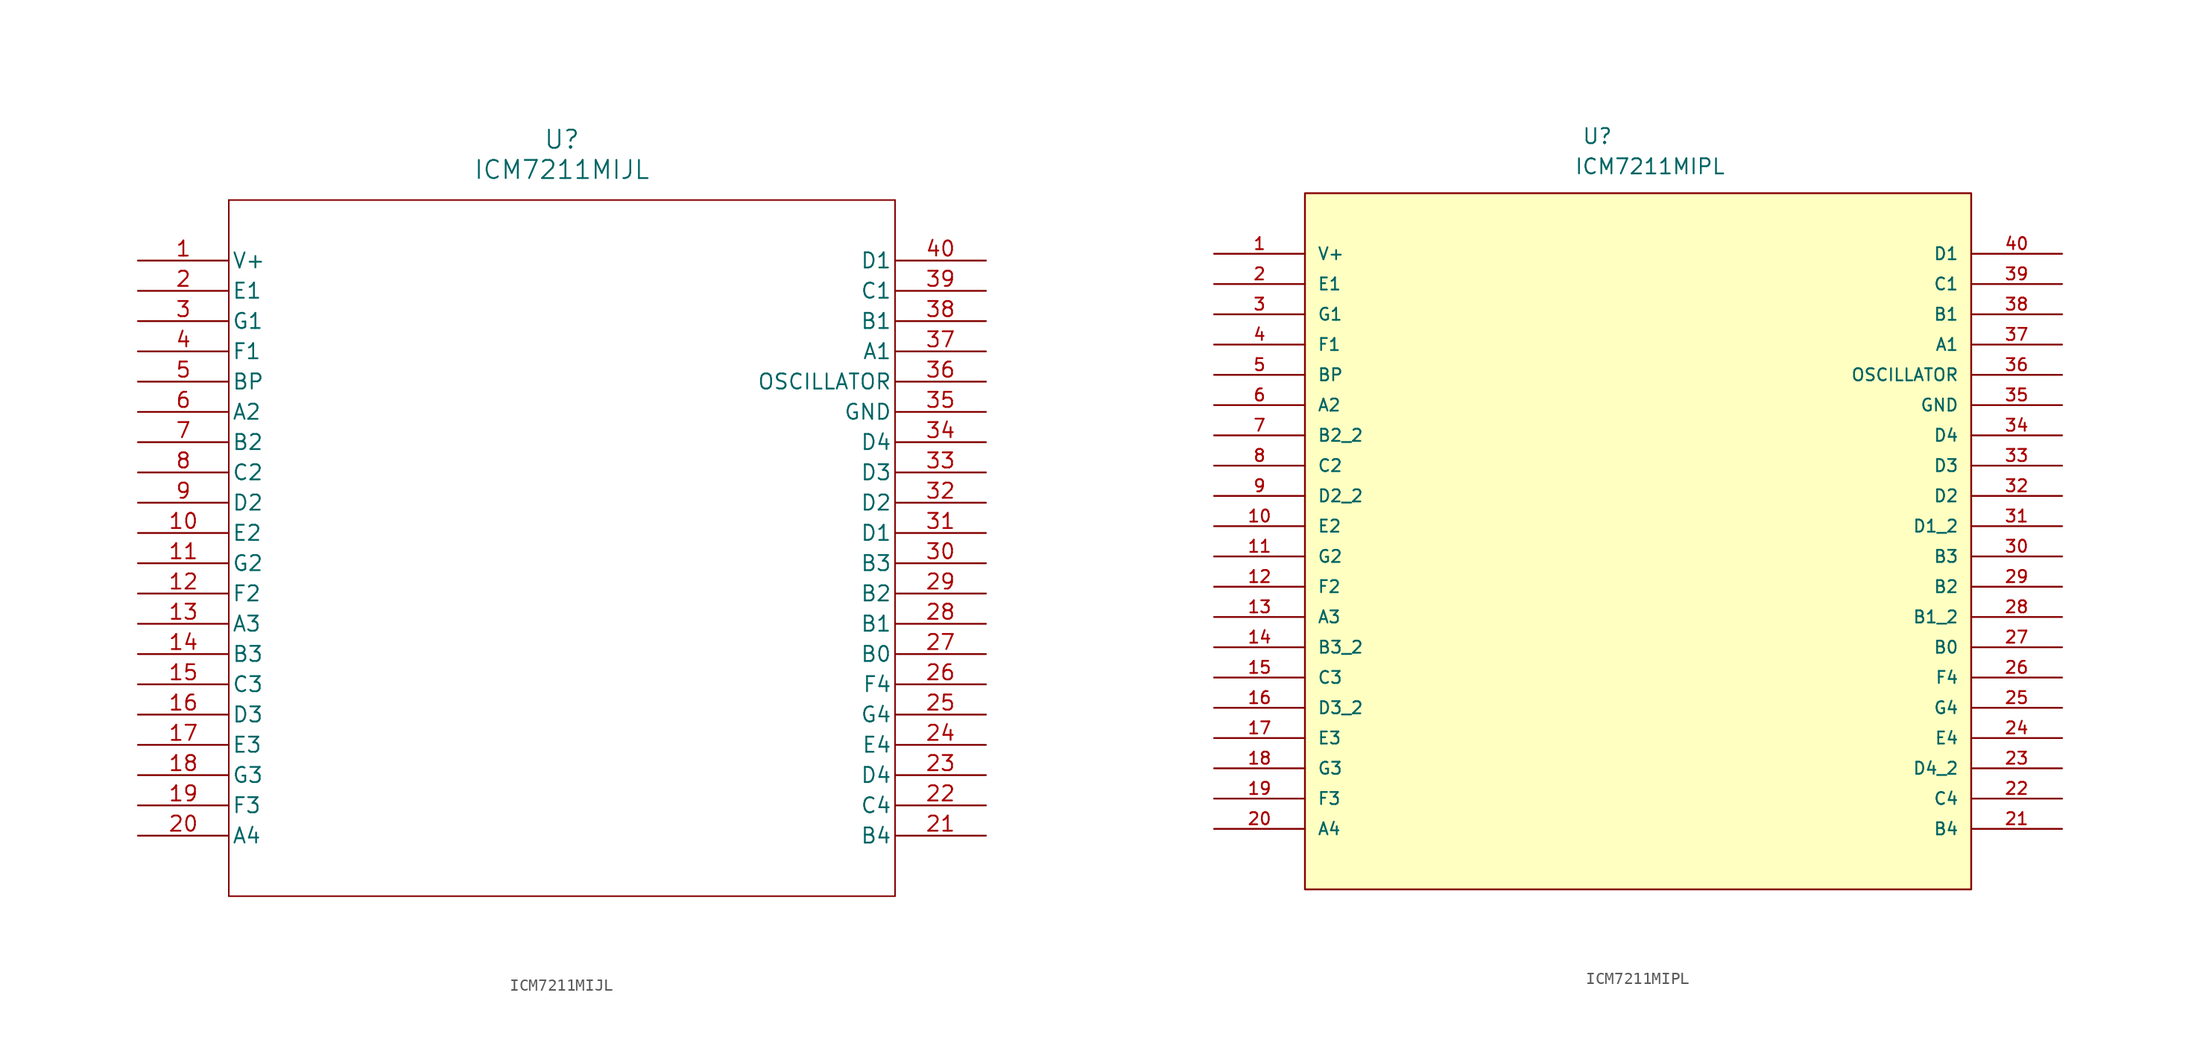
<source format=kicad_sym>
(kicad_symbol_lib
  (version 20220914)
  (generator kicad_symbol_editor)
  (symbol "ICM7211MIJL"
    (pin_names
      (offset 0.254))
    (property "Reference" "U"
      (at 35.56 10.16 0)
      (effects (font (size 1.524 1.524))))
    (property "Value" "ICM7211MIJL"
      (at 35.56 7.62 0)
      (effects (font (size 1.524 1.524))))
    (property "ki_locked" ""
      (at 0 0 0)
      (effects (font (size 1.27 1.27))))
    (symbol "ICM7211MIJL_0_1"
      (polyline (pts (xy 7.62 -53.34) (xy 63.5 -53.34)) (stroke (width 0.127) (type default)) (fill (type none)))
      (polyline (pts (xy 7.62 5.08) (xy 7.62 -53.34)) (stroke (width 0.127) (type default)) (fill (type none)))
      (polyline (pts (xy 63.5 -53.34) (xy 63.5 5.08)) (stroke (width 0.127) (type default)) (fill (type none)))
      (polyline (pts (xy 63.5 5.08) (xy 7.62 5.08)) (stroke (width 0.127) (type default)) (fill (type none)))
      (pin power_in line (at 0 0 0) (length 7.62) (name "V+" (effects (font (size 1.27 1.27)))) (number "1" (effects (font (size 1.27 1.27)))))
      (pin unspecified line (at 0 -22.86 0) (length 7.62) (name "E2" (effects (font (size 1.27 1.27)))) (number "10" (effects (font (size 1.27 1.27)))))
      (pin unspecified line (at 0 -25.4 0) (length 7.62) (name "G2" (effects (font (size 1.27 1.27)))) (number "11" (effects (font (size 1.27 1.27)))))
      (pin unspecified line (at 0 -27.94 0) (length 7.62) (name "F2" (effects (font (size 1.27 1.27)))) (number "12" (effects (font (size 1.27 1.27)))))
      (pin unspecified line (at 0 -30.48 0) (length 7.62) (name "A3" (effects (font (size 1.27 1.27)))) (number "13" (effects (font (size 1.27 1.27)))))
      (pin unspecified line (at 0 -33.02 0) (length 7.62) (name "B3" (effects (font (size 1.27 1.27)))) (number "14" (effects (font (size 1.27 1.27)))))
      (pin unspecified line (at 0 -35.56 0) (length 7.62) (name "C3" (effects (font (size 1.27 1.27)))) (number "15" (effects (font (size 1.27 1.27)))))
      (pin unspecified line (at 0 -38.1 0) (length 7.62) (name "D3" (effects (font (size 1.27 1.27)))) (number "16" (effects (font (size 1.27 1.27)))))
      (pin unspecified line (at 0 -40.64 0) (length 7.62) (name "E3" (effects (font (size 1.27 1.27)))) (number "17" (effects (font (size 1.27 1.27)))))
      (pin unspecified line (at 0 -43.18 0) (length 7.62) (name "G3" (effects (font (size 1.27 1.27)))) (number "18" (effects (font (size 1.27 1.27)))))
      (pin unspecified line (at 0 -45.72 0) (length 7.62) (name "F3" (effects (font (size 1.27 1.27)))) (number "19" (effects (font (size 1.27 1.27)))))
      (pin unspecified line (at 0 -2.54 0) (length 7.62) (name "E1" (effects (font (size 1.27 1.27)))) (number "2" (effects (font (size 1.27 1.27)))))
      (pin unspecified line (at 0 -48.26 0) (length 7.62) (name "A4" (effects (font (size 1.27 1.27)))) (number "20" (effects (font (size 1.27 1.27)))))
      (pin unspecified line (at 71.12 -48.26 180) (length 7.62) (name "B4" (effects (font (size 1.27 1.27)))) (number "21" (effects (font (size 1.27 1.27)))))
      (pin unspecified line (at 71.12 -45.72 180) (length 7.62) (name "C4" (effects (font (size 1.27 1.27)))) (number "22" (effects (font (size 1.27 1.27)))))
      (pin unspecified line (at 71.12 -43.18 180) (length 7.62) (name "D4" (effects (font (size 1.27 1.27)))) (number "23" (effects (font (size 1.27 1.27)))))
      (pin unspecified line (at 71.12 -40.64 180) (length 7.62) (name "E4" (effects (font (size 1.27 1.27)))) (number "24" (effects (font (size 1.27 1.27)))))
      (pin unspecified line (at 71.12 -38.1 180) (length 7.62) (name "G4" (effects (font (size 1.27 1.27)))) (number "25" (effects (font (size 1.27 1.27)))))
      (pin unspecified line (at 71.12 -35.56 180) (length 7.62) (name "F4" (effects (font (size 1.27 1.27)))) (number "26" (effects (font (size 1.27 1.27)))))
      (pin unspecified line (at 71.12 -33.02 180) (length 7.62) (name "B0" (effects (font (size 1.27 1.27)))) (number "27" (effects (font (size 1.27 1.27)))))
      (pin unspecified line (at 71.12 -30.48 180) (length 7.62) (name "B1" (effects (font (size 1.27 1.27)))) (number "28" (effects (font (size 1.27 1.27)))))
      (pin unspecified line (at 71.12 -27.94 180) (length 7.62) (name "B2" (effects (font (size 1.27 1.27)))) (number "29" (effects (font (size 1.27 1.27)))))
      (pin unspecified line (at 0 -5.08 0) (length 7.62) (name "G1" (effects (font (size 1.27 1.27)))) (number "3" (effects (font (size 1.27 1.27)))))
      (pin unspecified line (at 71.12 -25.4 180) (length 7.62) (name "B3" (effects (font (size 1.27 1.27)))) (number "30" (effects (font (size 1.27 1.27)))))
      (pin unspecified line (at 71.12 -22.86 180) (length 7.62) (name "D1" (effects (font (size 1.27 1.27)))) (number "31" (effects (font (size 1.27 1.27)))))
      (pin unspecified line (at 71.12 -20.32 180) (length 7.62) (name "D2" (effects (font (size 1.27 1.27)))) (number "32" (effects (font (size 1.27 1.27)))))
      (pin unspecified line (at 71.12 -17.78 180) (length 7.62) (name "D3" (effects (font (size 1.27 1.27)))) (number "33" (effects (font (size 1.27 1.27)))))
      (pin unspecified line (at 71.12 -15.24 180) (length 7.62) (name "D4" (effects (font (size 1.27 1.27)))) (number "34" (effects (font (size 1.27 1.27)))))
      (pin power_in line (at 71.12 -12.7 180) (length 7.62) (name "GND" (effects (font (size 1.27 1.27)))) (number "35" (effects (font (size 1.27 1.27)))))
      (pin unspecified line (at 71.12 -10.16 180) (length 7.62) (name "OSCILLATOR" (effects (font (size 1.27 1.27)))) (number "36" (effects (font (size 1.27 1.27)))))
      (pin unspecified line (at 71.12 -7.62 180) (length 7.62) (name "A1" (effects (font (size 1.27 1.27)))) (number "37" (effects (font (size 1.27 1.27)))))
      (pin unspecified line (at 71.12 -5.08 180) (length 7.62) (name "B1" (effects (font (size 1.27 1.27)))) (number "38" (effects (font (size 1.27 1.27)))))
      (pin unspecified line (at 71.12 -2.54 180) (length 7.62) (name "C1" (effects (font (size 1.27 1.27)))) (number "39" (effects (font (size 1.27 1.27)))))
      (pin unspecified line (at 0 -7.62 0) (length 7.62) (name "F1" (effects (font (size 1.27 1.27)))) (number "4" (effects (font (size 1.27 1.27)))))
      (pin unspecified line (at 71.12 0 180) (length 7.62) (name "D1" (effects (font (size 1.27 1.27)))) (number "40" (effects (font (size 1.27 1.27)))))
      (pin unspecified line (at 0 -10.16 0) (length 7.62) (name "BP" (effects (font (size 1.27 1.27)))) (number "5" (effects (font (size 1.27 1.27)))))
      (pin unspecified line (at 0 -12.7 0) (length 7.62) (name "A2" (effects (font (size 1.27 1.27)))) (number "6" (effects (font (size 1.27 1.27)))))
      (pin unspecified line (at 0 -15.24 0) (length 7.62) (name "B2" (effects (font (size 1.27 1.27)))) (number "7" (effects (font (size 1.27 1.27)))))
      (pin unspecified line (at 0 -17.78 0) (length 7.62) (name "C2" (effects (font (size 1.27 1.27)))) (number "8" (effects (font (size 1.27 1.27)))))
      (pin unspecified line (at 0 -20.32 0) (length 7.62) (name "D2" (effects (font (size 1.27 1.27)))) (number "9" (effects (font (size 1.27 1.27)))))))
  (symbol "ICM7211MIPL"
    (pin_names
      (offset 1.016))
    (property "Reference" "U"
      (at 30.836 9.119 0)
      (effects (font (size 1.27 1.27)) (justify left bottom)))
    (property "Value" "ICM7211MIPL"
      (at 30.201 6.579 0)
      (effects (font (size 1.27 1.27)) (justify left bottom)))
    (symbol "ICM7211MIPL_0_0"
      (rectangle (start 7.62 -53.34) (end 63.5 5.08) (stroke (width 0.152) (type default)) (fill (type background)))
      (pin power_in line (at 0 0 0) (length 7.62) (name "V+" (effects (font (size 1.016 1.016)))) (number "1" (effects (font (size 1.016 1.016)))))
      (pin passive line (at 0 -22.86 0) (length 7.62) (name "E2" (effects (font (size 1.016 1.016)))) (number "10" (effects (font (size 1.016 1.016)))))
      (pin passive line (at 0 -25.4 0) (length 7.62) (name "G2" (effects (font (size 1.016 1.016)))) (number "11" (effects (font (size 1.016 1.016)))))
      (pin passive line (at 0 -27.94 0) (length 7.62) (name "F2" (effects (font (size 1.016 1.016)))) (number "12" (effects (font (size 1.016 1.016)))))
      (pin passive line (at 0 -30.48 0) (length 7.62) (name "A3" (effects (font (size 1.016 1.016)))) (number "13" (effects (font (size 1.016 1.016)))))
      (pin passive line (at 0 -33.02 0) (length 7.62) (name "B3_2" (effects (font (size 1.016 1.016)))) (number "14" (effects (font (size 1.016 1.016)))))
      (pin passive line (at 0 -35.56 0) (length 7.62) (name "C3" (effects (font (size 1.016 1.016)))) (number "15" (effects (font (size 1.016 1.016)))))
      (pin passive line (at 0 -38.1 0) (length 7.62) (name "D3_2" (effects (font (size 1.016 1.016)))) (number "16" (effects (font (size 1.016 1.016)))))
      (pin passive line (at 0 -40.64 0) (length 7.62) (name "E3" (effects (font (size 1.016 1.016)))) (number "17" (effects (font (size 1.016 1.016)))))
      (pin passive line (at 0 -43.18 0) (length 7.62) (name "G3" (effects (font (size 1.016 1.016)))) (number "18" (effects (font (size 1.016 1.016)))))
      (pin passive line (at 0 -45.72 0) (length 7.62) (name "F3" (effects (font (size 1.016 1.016)))) (number "19" (effects (font (size 1.016 1.016)))))
      (pin passive line (at 0 -2.54 0) (length 7.62) (name "E1" (effects (font (size 1.016 1.016)))) (number "2" (effects (font (size 1.016 1.016)))))
      (pin passive line (at 0 -48.26 0) (length 7.62) (name "A4" (effects (font (size 1.016 1.016)))) (number "20" (effects (font (size 1.016 1.016)))))
      (pin passive line (at 71.12 -48.26 180) (length 7.62) (name "B4" (effects (font (size 1.016 1.016)))) (number "21" (effects (font (size 1.016 1.016)))))
      (pin passive line (at 71.12 -45.72 180) (length 7.62) (name "C4" (effects (font (size 1.016 1.016)))) (number "22" (effects (font (size 1.016 1.016)))))
      (pin passive line (at 71.12 -43.18 180) (length 7.62) (name "D4_2" (effects (font (size 1.016 1.016)))) (number "23" (effects (font (size 1.016 1.016)))))
      (pin passive line (at 71.12 -40.64 180) (length 7.62) (name "E4" (effects (font (size 1.016 1.016)))) (number "24" (effects (font (size 1.016 1.016)))))
      (pin passive line (at 71.12 -38.1 180) (length 7.62) (name "G4" (effects (font (size 1.016 1.016)))) (number "25" (effects (font (size 1.016 1.016)))))
      (pin passive line (at 71.12 -35.56 180) (length 7.62) (name "F4" (effects (font (size 1.016 1.016)))) (number "26" (effects (font (size 1.016 1.016)))))
      (pin passive line (at 71.12 -33.02 180) (length 7.62) (name "B0" (effects (font (size 1.016 1.016)))) (number "27" (effects (font (size 1.016 1.016)))))
      (pin passive line (at 71.12 -30.48 180) (length 7.62) (name "B1_2" (effects (font (size 1.016 1.016)))) (number "28" (effects (font (size 1.016 1.016)))))
      (pin passive line (at 71.12 -27.94 180) (length 7.62) (name "B2" (effects (font (size 1.016 1.016)))) (number "29" (effects (font (size 1.016 1.016)))))
      (pin passive line (at 0 -5.08 0) (length 7.62) (name "G1" (effects (font (size 1.016 1.016)))) (number "3" (effects (font (size 1.016 1.016)))))
      (pin passive line (at 71.12 -25.4 180) (length 7.62) (name "B3" (effects (font (size 1.016 1.016)))) (number "30" (effects (font (size 1.016 1.016)))))
      (pin passive line (at 71.12 -22.86 180) (length 7.62) (name "D1_2" (effects (font (size 1.016 1.016)))) (number "31" (effects (font (size 1.016 1.016)))))
      (pin passive line (at 71.12 -20.32 180) (length 7.62) (name "D2" (effects (font (size 1.016 1.016)))) (number "32" (effects (font (size 1.016 1.016)))))
      (pin passive line (at 71.12 -17.78 180) (length 7.62) (name "D3" (effects (font (size 1.016 1.016)))) (number "33" (effects (font (size 1.016 1.016)))))
      (pin passive line (at 71.12 -15.24 180) (length 7.62) (name "D4" (effects (font (size 1.016 1.016)))) (number "34" (effects (font (size 1.016 1.016)))))
      (pin power_in line (at 71.12 -12.7 180) (length 7.62) (name "GND" (effects (font (size 1.016 1.016)))) (number "35" (effects (font (size 1.016 1.016)))))
      (pin passive line (at 71.12 -10.16 180) (length 7.62) (name "OSCILLATOR" (effects (font (size 1.016 1.016)))) (number "36" (effects (font (size 1.016 1.016)))))
      (pin passive line (at 71.12 -7.62 180) (length 7.62) (name "A1" (effects (font (size 1.016 1.016)))) (number "37" (effects (font (size 1.016 1.016)))))
      (pin passive line (at 71.12 -5.08 180) (length 7.62) (name "B1" (effects (font (size 1.016 1.016)))) (number "38" (effects (font (size 1.016 1.016)))))
      (pin passive line (at 71.12 -2.54 180) (length 7.62) (name "C1" (effects (font (size 1.016 1.016)))) (number "39" (effects (font (size 1.016 1.016)))))
      (pin passive line (at 0 -7.62 0) (length 7.62) (name "F1" (effects (font (size 1.016 1.016)))) (number "4" (effects (font (size 1.016 1.016)))))
      (pin passive line (at 71.12 0 180) (length 7.62) (name "D1" (effects (font (size 1.016 1.016)))) (number "40" (effects (font (size 1.016 1.016)))))
      (pin passive line (at 0 -10.16 0) (length 7.62) (name "BP" (effects (font (size 1.016 1.016)))) (number "5" (effects (font (size 1.016 1.016)))))
      (pin passive line (at 0 -12.7 0) (length 7.62) (name "A2" (effects (font (size 1.016 1.016)))) (number "6" (effects (font (size 1.016 1.016)))))
      (pin passive line (at 0 -15.24 0) (length 7.62) (name "B2_2" (effects (font (size 1.016 1.016)))) (number "7" (effects (font (size 1.016 1.016)))))
      (pin passive line (at 0 -17.78 0) (length 7.62) (name "C2" (effects (font (size 1.016 1.016)))) (number "8" (effects (font (size 1.016 1.016)))))
      (pin passive line (at 0 -20.32 0) (length 7.62) (name "D2_2" (effects (font (size 1.016 1.016)))) (number "9" (effects (font (size 1.016 1.016))))))))
</source>
